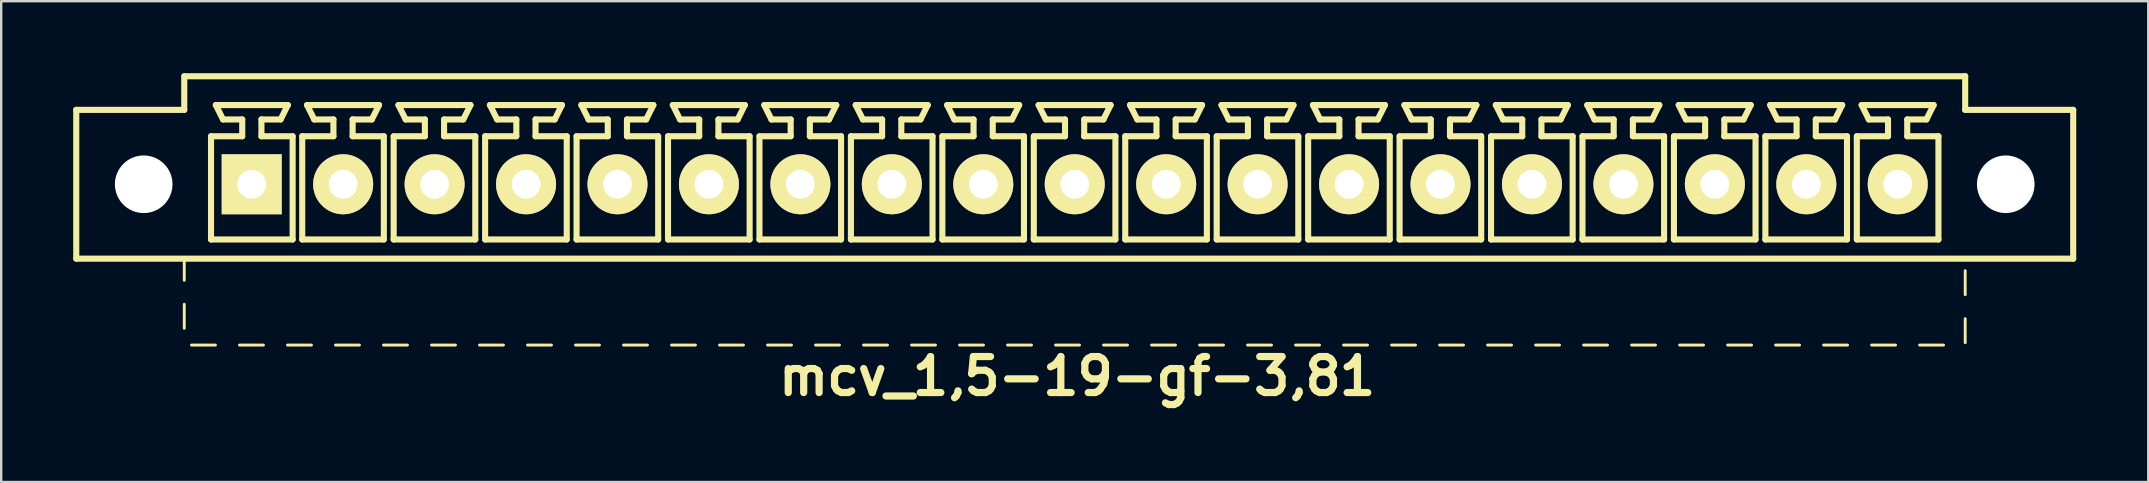
<source format=kicad_pcb>
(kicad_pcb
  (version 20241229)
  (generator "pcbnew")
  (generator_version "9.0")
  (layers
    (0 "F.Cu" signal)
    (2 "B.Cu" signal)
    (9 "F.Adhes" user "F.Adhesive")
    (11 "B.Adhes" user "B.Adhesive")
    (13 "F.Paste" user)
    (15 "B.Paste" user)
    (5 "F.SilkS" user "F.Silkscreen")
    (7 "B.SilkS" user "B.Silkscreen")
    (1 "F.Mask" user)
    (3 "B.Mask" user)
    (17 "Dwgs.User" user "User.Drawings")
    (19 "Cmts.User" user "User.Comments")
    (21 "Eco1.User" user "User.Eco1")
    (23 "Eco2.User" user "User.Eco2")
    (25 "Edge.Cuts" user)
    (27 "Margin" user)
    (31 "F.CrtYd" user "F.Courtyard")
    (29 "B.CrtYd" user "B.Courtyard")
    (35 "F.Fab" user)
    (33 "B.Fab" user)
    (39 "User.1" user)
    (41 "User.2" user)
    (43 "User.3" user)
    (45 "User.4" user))
  (footprint "mcv_1,5-19-gf-3,81"
    (layer "F.Cu")
    (at 41.727 4.627)
    (property "Reference" "mcv_1,5-19-gf-3,81" (at 0.1 8 0) (layer "F.SilkS") (effects (font (size 1.5 1.5) (thickness 0.3))))
    (attr through_hole)
    (fp_line (start -41.6 3.1) (end -41.6 -3.1) (stroke (width 0.254) (type solid)) (layer "F.SilkS"))
    (fp_line (start -41.6 3.1) (end 41.6 3.1) (stroke (width 0.254) (type solid)) (layer "F.SilkS"))
    (fp_line (start -37.1 -4.5) (end -37.1 -3.1) (stroke (width 0.254) (type solid)) (layer "F.SilkS"))
    (fp_line (start -37.1 -4.5) (end 37.1 -4.5) (stroke (width 0.254) (type solid)) (layer "F.SilkS"))
    (fp_line (start -37.1 -3.1) (end -41.6 -3.1) (stroke (width 0.254) (type solid)) (layer "F.SilkS"))
    (fp_line (start -37.1 3.1) (end -37.1 4) (stroke (width 0.12) (type solid)) (layer "F.SilkS"))
    (fp_line (start -37.1 5) (end -37.1 6) (stroke (width 0.12) (type solid)) (layer "F.SilkS"))
    (fp_line (start -36.8 6.7) (end -35.8 6.7) (stroke (width 0.12) (type solid)) (layer "F.SilkS"))
    (fp_line (start -35.985 -2) (end -34.685 -2) (stroke (width 0.254) (type solid)) (layer "F.SilkS"))
    (fp_line (start -35.985 2.3) (end -35.985 -2) (stroke (width 0.254) (type solid)) (layer "F.SilkS"))
    (fp_line (start -35.785 -3.3) (end -32.785 -3.3) (stroke (width 0.254) (type solid)) (layer "F.SilkS"))
    (fp_line (start -35.485 -2.7) (end -35.785 -3.3) (stroke (width 0.254) (type solid)) (layer "F.SilkS"))
    (fp_line (start -34.8 6.7) (end -33.8 6.7) (stroke (width 0.12) (type solid)) (layer "F.SilkS"))
    (fp_line (start -34.685 -2.7) (end -35.485 -2.7) (stroke (width 0.254) (type solid)) (layer "F.SilkS"))
    (fp_line (start -34.685 -2) (end -34.685 -2.7) (stroke (width 0.254) (type solid)) (layer "F.SilkS"))
    (fp_line (start -33.885 -2.7) (end -33.885 -2) (stroke (width 0.254) (type solid)) (layer "F.SilkS"))
    (fp_line (start -33.885 -2) (end -32.585 -2) (stroke (width 0.254) (type solid)) (layer "F.SilkS"))
    (fp_line (start -33.085 -2.7) (end -33.885 -2.7) (stroke (width 0.254) (type solid)) (layer "F.SilkS"))
    (fp_line (start -33.085 -2.7) (end -32.785 -3.3) (stroke (width 0.254) (type solid)) (layer "F.SilkS"))
    (fp_line (start -32.8 6.7) (end -31.8 6.7) (stroke (width 0.12) (type solid)) (layer "F.SilkS"))
    (fp_line (start -32.585 -2) (end -32.585 2.3) (stroke (width 0.254) (type solid)) (layer "F.SilkS"))
    (fp_line (start -32.585 2.3) (end -35.985 2.3) (stroke (width 0.254) (type solid)) (layer "F.SilkS"))
    (fp_line (start -32.185 -2) (end -30.885 -2) (stroke (width 0.254) (type solid)) (layer "F.SilkS"))
    (fp_line (start -32.185 2.3) (end -32.185 -2) (stroke (width 0.254) (type solid)) (layer "F.SilkS"))
    (fp_line (start -31.985 -3.3) (end -28.985 -3.3) (stroke (width 0.254) (type solid)) (layer "F.SilkS"))
    (fp_line (start -31.685 -2.7) (end -31.985 -3.3) (stroke (width 0.254) (type solid)) (layer "F.SilkS"))
    (fp_line (start -30.885 -2.7) (end -31.685 -2.7) (stroke (width 0.254) (type solid)) (layer "F.SilkS"))
    (fp_line (start -30.885 -2) (end -30.885 -2.7) (stroke (width 0.254) (type solid)) (layer "F.SilkS"))
    (fp_line (start -30.8 6.7) (end -29.8 6.7) (stroke (width 0.12) (type solid)) (layer "F.SilkS"))
    (fp_line (start -30.085 -2.7) (end -30.085 -2) (stroke (width 0.254) (type solid)) (layer "F.SilkS"))
    (fp_line (start -30.085 -2) (end -28.785 -2) (stroke (width 0.254) (type solid)) (layer "F.SilkS"))
    (fp_line (start -29.285 -2.7) (end -30.085 -2.7) (stroke (width 0.254) (type solid)) (layer "F.SilkS"))
    (fp_line (start -29.285 -2.7) (end -28.985 -3.3) (stroke (width 0.254) (type solid)) (layer "F.SilkS"))
    (fp_line (start -28.8 6.7) (end -27.8 6.7) (stroke (width 0.12) (type solid)) (layer "F.SilkS"))
    (fp_line (start -28.785 -2) (end -28.785 2.3) (stroke (width 0.254) (type solid)) (layer "F.SilkS"))
    (fp_line (start -28.785 2.3) (end -32.185 2.3) (stroke (width 0.254) (type solid)) (layer "F.SilkS"))
    (fp_line (start -28.375 -2) (end -27.075 -2) (stroke (width 0.254) (type solid)) (layer "F.SilkS"))
    (fp_line (start -28.375 2.3) (end -28.375 -2) (stroke (width 0.254) (type solid)) (layer "F.SilkS"))
    (fp_line (start -28.175 -3.3) (end -25.175 -3.3) (stroke (width 0.254) (type solid)) (layer "F.SilkS"))
    (fp_line (start -27.875 -2.7) (end -28.175 -3.3) (stroke (width 0.254) (type solid)) (layer "F.SilkS"))
    (fp_line (start -27.075 -2.7) (end -27.875 -2.7) (stroke (width 0.254) (type solid)) (layer "F.SilkS"))
    (fp_line (start -27.075 -2) (end -27.075 -2.7) (stroke (width 0.254) (type solid)) (layer "F.SilkS"))
    (fp_line (start -26.8 6.7) (end -25.8 6.7) (stroke (width 0.12) (type solid)) (layer "F.SilkS"))
    (fp_line (start -26.275 -2.7) (end -26.275 -2) (stroke (width 0.254) (type solid)) (layer "F.SilkS"))
    (fp_line (start -26.275 -2) (end -24.975 -2) (stroke (width 0.254) (type solid)) (layer "F.SilkS"))
    (fp_line (start -25.475 -2.7) (end -26.275 -2.7) (stroke (width 0.254) (type solid)) (layer "F.SilkS"))
    (fp_line (start -25.475 -2.7) (end -25.175 -3.3) (stroke (width 0.254) (type solid)) (layer "F.SilkS"))
    (fp_line (start -24.975 -2) (end -24.975 2.3) (stroke (width 0.254) (type solid)) (layer "F.SilkS"))
    (fp_line (start -24.975 2.3) (end -28.375 2.3) (stroke (width 0.254) (type solid)) (layer "F.SilkS"))
    (fp_line (start -24.8 6.7) (end -23.8 6.7) (stroke (width 0.12) (type solid)) (layer "F.SilkS"))
    (fp_line (start -24.565 -2) (end -23.265 -2) (stroke (width 0.254) (type solid)) (layer "F.SilkS"))
    (fp_line (start -24.565 2.3) (end -24.565 -2) (stroke (width 0.254) (type solid)) (layer "F.SilkS"))
    (fp_line (start -24.365 -3.3) (end -21.365 -3.3) (stroke (width 0.254) (type solid)) (layer "F.SilkS"))
    (fp_line (start -24.065 -2.7) (end -24.365 -3.3) (stroke (width 0.254) (type solid)) (layer "F.SilkS"))
    (fp_line (start -23.265 -2.7) (end -24.065 -2.7) (stroke (width 0.254) (type solid)) (layer "F.SilkS"))
    (fp_line (start -23.265 -2) (end -23.265 -2.7) (stroke (width 0.254) (type solid)) (layer "F.SilkS"))
    (fp_line (start -22.8 6.7) (end -21.8 6.7) (stroke (width 0.12) (type solid)) (layer "F.SilkS"))
    (fp_line (start -22.465 -2.7) (end -22.465 -2) (stroke (width 0.254) (type solid)) (layer "F.SilkS"))
    (fp_line (start -22.465 -2) (end -21.165 -2) (stroke (width 0.254) (type solid)) (layer "F.SilkS"))
    (fp_line (start -21.665 -2.7) (end -22.465 -2.7) (stroke (width 0.254) (type solid)) (layer "F.SilkS"))
    (fp_line (start -21.665 -2.7) (end -21.365 -3.3) (stroke (width 0.254) (type solid)) (layer "F.SilkS"))
    (fp_line (start -21.165 -2) (end -21.165 2.3) (stroke (width 0.254) (type solid)) (layer "F.SilkS"))
    (fp_line (start -21.165 2.3) (end -24.565 2.3) (stroke (width 0.254) (type solid)) (layer "F.SilkS"))
    (fp_line (start -20.8 6.7) (end -19.8 6.7) (stroke (width 0.12) (type solid)) (layer "F.SilkS"))
    (fp_line (start -20.755 -2) (end -19.455 -2) (stroke (width 0.254) (type solid)) (layer "F.SilkS"))
    (fp_line (start -20.755 2.3) (end -20.755 -2) (stroke (width 0.254) (type solid)) (layer "F.SilkS"))
    (fp_line (start -20.555 -3.3) (end -17.555 -3.3) (stroke (width 0.254) (type solid)) (layer "F.SilkS"))
    (fp_line (start -20.255 -2.7) (end -20.555 -3.3) (stroke (width 0.254) (type solid)) (layer "F.SilkS"))
    (fp_line (start -19.455 -2.7) (end -20.255 -2.7) (stroke (width 0.254) (type solid)) (layer "F.SilkS"))
    (fp_line (start -19.455 -2) (end -19.455 -2.7) (stroke (width 0.254) (type solid)) (layer "F.SilkS"))
    (fp_line (start -18.8 6.7) (end -17.8 6.7) (stroke (width 0.12) (type solid)) (layer "F.SilkS"))
    (fp_line (start -18.655 -2.7) (end -18.655 -2) (stroke (width 0.254) (type solid)) (layer "F.SilkS"))
    (fp_line (start -18.655 -2) (end -17.355 -2) (stroke (width 0.254) (type solid)) (layer "F.SilkS"))
    (fp_line (start -17.855 -2.7) (end -18.655 -2.7) (stroke (width 0.254) (type solid)) (layer "F.SilkS"))
    (fp_line (start -17.855 -2.7) (end -17.555 -3.3) (stroke (width 0.254) (type solid)) (layer "F.SilkS"))
    (fp_line (start -17.355 -2) (end -17.355 2.3) (stroke (width 0.254) (type solid)) (layer "F.SilkS"))
    (fp_line (start -17.355 2.3) (end -20.755 2.3) (stroke (width 0.254) (type solid)) (layer "F.SilkS"))
    (fp_line (start -16.945 -2) (end -15.645 -2) (stroke (width 0.254) (type solid)) (layer "F.SilkS"))
    (fp_line (start -16.945 2.3) (end -16.945 -2) (stroke (width 0.254) (type solid)) (layer "F.SilkS"))
    (fp_line (start -16.8 6.7) (end -15.8 6.7) (stroke (width 0.12) (type solid)) (layer "F.SilkS"))
    (fp_line (start -16.745 -3.3) (end -13.745 -3.3) (stroke (width 0.254) (type solid)) (layer "F.SilkS"))
    (fp_line (start -16.445 -2.7) (end -16.745 -3.3) (stroke (width 0.254) (type solid)) (layer "F.SilkS"))
    (fp_line (start -15.645 -2.7) (end -16.445 -2.7) (stroke (width 0.254) (type solid)) (layer "F.SilkS"))
    (fp_line (start -15.645 -2) (end -15.645 -2.7) (stroke (width 0.254) (type solid)) (layer "F.SilkS"))
    (fp_line (start -14.845 -2.7) (end -14.845 -2) (stroke (width 0.254) (type solid)) (layer "F.SilkS"))
    (fp_line (start -14.845 -2) (end -13.545 -2) (stroke (width 0.254) (type solid)) (layer "F.SilkS"))
    (fp_line (start -14.8 6.7) (end -13.8 6.7) (stroke (width 0.12) (type solid)) (layer "F.SilkS"))
    (fp_line (start -14.045 -2.7) (end -14.845 -2.7) (stroke (width 0.254) (type solid)) (layer "F.SilkS"))
    (fp_line (start -14.045 -2.7) (end -13.745 -3.3) (stroke (width 0.254) (type solid)) (layer "F.SilkS"))
    (fp_line (start -13.545 -2) (end -13.545 2.3) (stroke (width 0.254) (type solid)) (layer "F.SilkS"))
    (fp_line (start -13.545 2.3) (end -16.945 2.3) (stroke (width 0.254) (type solid)) (layer "F.SilkS"))
    (fp_line (start -13.135 -2) (end -11.835 -2) (stroke (width 0.254) (type solid)) (layer "F.SilkS"))
    (fp_line (start -13.135 2.3) (end -13.135 -2) (stroke (width 0.254) (type solid)) (layer "F.SilkS"))
    (fp_line (start -12.935 -3.3) (end -9.935 -3.3) (stroke (width 0.254) (type solid)) (layer "F.SilkS"))
    (fp_line (start -12.8 6.7) (end -11.8 6.7) (stroke (width 0.12) (type solid)) (layer "F.SilkS"))
    (fp_line (start -12.635 -2.7) (end -12.935 -3.3) (stroke (width 0.254) (type solid)) (layer "F.SilkS"))
    (fp_line (start -11.835 -2.7) (end -12.635 -2.7) (stroke (width 0.254) (type solid)) (layer "F.SilkS"))
    (fp_line (start -11.835 -2) (end -11.835 -2.7) (stroke (width 0.254) (type solid)) (layer "F.SilkS"))
    (fp_line (start -11.035 -2.7) (end -11.035 -2) (stroke (width 0.254) (type solid)) (layer "F.SilkS"))
    (fp_line (start -11.035 -2) (end -9.735 -2) (stroke (width 0.254) (type solid)) (layer "F.SilkS"))
    (fp_line (start -10.8 6.7) (end -9.8 6.7) (stroke (width 0.12) (type solid)) (layer "F.SilkS"))
    (fp_line (start -10.235 -2.7) (end -11.035 -2.7) (stroke (width 0.254) (type solid)) (layer "F.SilkS"))
    (fp_line (start -10.235 -2.7) (end -9.935 -3.3) (stroke (width 0.254) (type solid)) (layer "F.SilkS"))
    (fp_line (start -9.735 -2) (end -9.735 2.3) (stroke (width 0.254) (type solid)) (layer "F.SilkS"))
    (fp_line (start -9.735 2.3) (end -13.135 2.3) (stroke (width 0.254) (type solid)) (layer "F.SilkS"))
    (fp_line (start -9.325 -2) (end -8.025 -2) (stroke (width 0.254) (type solid)) (layer "F.SilkS"))
    (fp_line (start -9.325 2.3) (end -9.325 -2) (stroke (width 0.254) (type solid)) (layer "F.SilkS"))
    (fp_line (start -9.125 -3.3) (end -6.125 -3.3) (stroke (width 0.254) (type solid)) (layer "F.SilkS"))
    (fp_line (start -8.825 -2.7) (end -9.125 -3.3) (stroke (width 0.254) (type solid)) (layer "F.SilkS"))
    (fp_line (start -8.8 6.7) (end -7.8 6.7) (stroke (width 0.12) (type solid)) (layer "F.SilkS"))
    (fp_line (start -8.025 -2.7) (end -8.825 -2.7) (stroke (width 0.254) (type solid)) (layer "F.SilkS"))
    (fp_line (start -8.025 -2) (end -8.025 -2.7) (stroke (width 0.254) (type solid)) (layer "F.SilkS"))
    (fp_line (start -7.225 -2.7) (end -7.225 -2) (stroke (width 0.254) (type solid)) (layer "F.SilkS"))
    (fp_line (start -7.225 -2) (end -5.925 -2) (stroke (width 0.254) (type solid)) (layer "F.SilkS"))
    (fp_line (start -6.8 6.7) (end -5.8 6.7) (stroke (width 0.12) (type solid)) (layer "F.SilkS"))
    (fp_line (start -6.425 -2.7) (end -7.225 -2.7) (stroke (width 0.254) (type solid)) (layer "F.SilkS"))
    (fp_line (start -6.425 -2.7) (end -6.125 -3.3) (stroke (width 0.254) (type solid)) (layer "F.SilkS"))
    (fp_line (start -5.925 -2) (end -5.925 2.3) (stroke (width 0.254) (type solid)) (layer "F.SilkS"))
    (fp_line (start -5.925 2.3) (end -9.325 2.3) (stroke (width 0.254) (type solid)) (layer "F.SilkS"))
    (fp_line (start -5.515 -2) (end -4.215 -2) (stroke (width 0.254) (type solid)) (layer "F.SilkS"))
    (fp_line (start -5.515 2.3) (end -5.515 -2) (stroke (width 0.254) (type solid)) (layer "F.SilkS"))
    (fp_line (start -5.315 -3.3) (end -2.315 -3.3) (stroke (width 0.254) (type solid)) (layer "F.SilkS"))
    (fp_line (start -5.015 -2.7) (end -5.315 -3.3) (stroke (width 0.254) (type solid)) (layer "F.SilkS"))
    (fp_line (start -4.8 6.7) (end -3.8 6.7) (stroke (width 0.12) (type solid)) (layer "F.SilkS"))
    (fp_line (start -4.215 -2.7) (end -5.015 -2.7) (stroke (width 0.254) (type solid)) (layer "F.SilkS"))
    (fp_line (start -4.215 -2) (end -4.215 -2.7) (stroke (width 0.254) (type solid)) (layer "F.SilkS"))
    (fp_line (start -3.415 -2.7) (end -3.415 -2) (stroke (width 0.254) (type solid)) (layer "F.SilkS"))
    (fp_line (start -3.415 -2) (end -2.115 -2) (stroke (width 0.254) (type solid)) (layer "F.SilkS"))
    (fp_line (start -2.8 6.7) (end -1.8 6.7) (stroke (width 0.12) (type solid)) (layer "F.SilkS"))
    (fp_line (start -2.615 -2.7) (end -3.415 -2.7) (stroke (width 0.254) (type solid)) (layer "F.SilkS"))
    (fp_line (start -2.615 -2.7) (end -2.315 -3.3) (stroke (width 0.254) (type solid)) (layer "F.SilkS"))
    (fp_line (start -2.115 -2) (end -2.115 2.3) (stroke (width 0.254) (type solid)) (layer "F.SilkS"))
    (fp_line (start -2.115 2.3) (end -5.515 2.3) (stroke (width 0.254) (type solid)) (layer "F.SilkS"))
    (fp_line (start -1.705 -2) (end -0.405 -2) (stroke (width 0.254) (type solid)) (layer "F.SilkS"))
    (fp_line (start -1.705 2.3) (end -1.705 -2) (stroke (width 0.254) (type solid)) (layer "F.SilkS"))
    (fp_line (start -1.505 -3.3) (end 1.495 -3.3) (stroke (width 0.254) (type solid)) (layer "F.SilkS"))
    (fp_line (start -1.205 -2.7) (end -1.505 -3.3) (stroke (width 0.254) (type solid)) (layer "F.SilkS"))
    (fp_line (start -0.8 6.7) (end 0.2 6.7) (stroke (width 0.12) (type solid)) (layer "F.SilkS"))
    (fp_line (start -0.405 -2.7) (end -1.205 -2.7) (stroke (width 0.254) (type solid)) (layer "F.SilkS"))
    (fp_line (start -0.405 -2) (end -0.405 -2.7) (stroke (width 0.254) (type solid)) (layer "F.SilkS"))
    (fp_line (start 0.395 -2.7) (end 0.395 -2) (stroke (width 0.254) (type solid)) (layer "F.SilkS"))
    (fp_line (start 0.395 -2) (end 1.695 -2) (stroke (width 0.254) (type solid)) (layer "F.SilkS"))
    (fp_line (start 1.195 -2.7) (end 0.395 -2.7) (stroke (width 0.254) (type solid)) (layer "F.SilkS"))
    (fp_line (start 1.195 -2.7) (end 1.495 -3.3) (stroke (width 0.254) (type solid)) (layer "F.SilkS"))
    (fp_line (start 1.2 6.7) (end 2.2 6.7) (stroke (width 0.12) (type solid)) (layer "F.SilkS"))
    (fp_line (start 1.695 -2) (end 1.695 2.3) (stroke (width 0.254) (type solid)) (layer "F.SilkS"))
    (fp_line (start 1.695 2.3) (end -1.705 2.3) (stroke (width 0.254) (type solid)) (layer "F.SilkS"))
    (fp_line (start 2.105 -2) (end 3.405 -2) (stroke (width 0.254) (type solid)) (layer "F.SilkS"))
    (fp_line (start 2.105 2.3) (end 2.105 -2) (stroke (width 0.254) (type solid)) (layer "F.SilkS"))
    (fp_line (start 2.305 -3.3) (end 5.305 -3.3) (stroke (width 0.254) (type solid)) (layer "F.SilkS"))
    (fp_line (start 2.605 -2.7) (end 2.305 -3.3) (stroke (width 0.254) (type solid)) (layer "F.SilkS"))
    (fp_line (start 3.2 6.7) (end 4.2 6.7) (stroke (width 0.12) (type solid)) (layer "F.SilkS"))
    (fp_line (start 3.405 -2.7) (end 2.605 -2.7) (stroke (width 0.254) (type solid)) (layer "F.SilkS"))
    (fp_line (start 3.405 -2) (end 3.405 -2.7) (stroke (width 0.254) (type solid)) (layer "F.SilkS"))
    (fp_line (start 4.205 -2.7) (end 4.205 -2) (stroke (width 0.254) (type solid)) (layer "F.SilkS"))
    (fp_line (start 4.205 -2) (end 5.505 -2) (stroke (width 0.254) (type solid)) (layer "F.SilkS"))
    (fp_line (start 5.005 -2.7) (end 4.205 -2.7) (stroke (width 0.254) (type solid)) (layer "F.SilkS"))
    (fp_line (start 5.005 -2.7) (end 5.305 -3.3) (stroke (width 0.254) (type solid)) (layer "F.SilkS"))
    (fp_line (start 5.2 6.7) (end 6.2 6.7) (stroke (width 0.12) (type solid)) (layer "F.SilkS"))
    (fp_line (start 5.505 -2) (end 5.505 2.3) (stroke (width 0.254) (type solid)) (layer "F.SilkS"))
    (fp_line (start 5.505 2.3) (end 2.105 2.3) (stroke (width 0.254) (type solid)) (layer "F.SilkS"))
    (fp_line (start 5.915 -2) (end 7.215 -2) (stroke (width 0.254) (type solid)) (layer "F.SilkS"))
    (fp_line (start 5.915 2.3) (end 5.915 -2) (stroke (width 0.254) (type solid)) (layer "F.SilkS"))
    (fp_line (start 6.115 -3.3) (end 9.115 -3.3) (stroke (width 0.254) (type solid)) (layer "F.SilkS"))
    (fp_line (start 6.415 -2.7) (end 6.115 -3.3) (stroke (width 0.254) (type solid)) (layer "F.SilkS"))
    (fp_line (start 7.2 6.7) (end 8.2 6.7) (stroke (width 0.12) (type solid)) (layer "F.SilkS"))
    (fp_line (start 7.215 -2.7) (end 6.415 -2.7) (stroke (width 0.254) (type solid)) (layer "F.SilkS"))
    (fp_line (start 7.215 -2) (end 7.215 -2.7) (stroke (width 0.254) (type solid)) (layer "F.SilkS"))
    (fp_line (start 8.015 -2.7) (end 8.015 -2) (stroke (width 0.254) (type solid)) (layer "F.SilkS"))
    (fp_line (start 8.015 -2) (end 9.315 -2) (stroke (width 0.254) (type solid)) (layer "F.SilkS"))
    (fp_line (start 8.815 -2.7) (end 8.015 -2.7) (stroke (width 0.254) (type solid)) (layer "F.SilkS"))
    (fp_line (start 8.815 -2.7) (end 9.115 -3.3) (stroke (width 0.254) (type solid)) (layer "F.SilkS"))
    (fp_line (start 9.2 6.7) (end 10.2 6.7) (stroke (width 0.12) (type solid)) (layer "F.SilkS"))
    (fp_line (start 9.315 -2) (end 9.315 2.3) (stroke (width 0.254) (type solid)) (layer "F.SilkS"))
    (fp_line (start 9.315 2.3) (end 5.915 2.3) (stroke (width 0.254) (type solid)) (layer "F.SilkS"))
    (fp_line (start 9.725 -2) (end 11.025 -2) (stroke (width 0.254) (type solid)) (layer "F.SilkS"))
    (fp_line (start 9.725 2.3) (end 9.725 -2) (stroke (width 0.254) (type solid)) (layer "F.SilkS"))
    (fp_line (start 9.925 -3.3) (end 12.925 -3.3) (stroke (width 0.254) (type solid)) (layer "F.SilkS"))
    (fp_line (start 10.225 -2.7) (end 9.925 -3.3) (stroke (width 0.254) (type solid)) (layer "F.SilkS"))
    (fp_line (start 11.025 -2.7) (end 10.225 -2.7) (stroke (width 0.254) (type solid)) (layer "F.SilkS"))
    (fp_line (start 11.025 -2) (end 11.025 -2.7) (stroke (width 0.254) (type solid)) (layer "F.SilkS"))
    (fp_line (start 11.2 6.7) (end 12.2 6.7) (stroke (width 0.12) (type solid)) (layer "F.SilkS"))
    (fp_line (start 11.825 -2.7) (end 11.825 -2) (stroke (width 0.254) (type solid)) (layer "F.SilkS"))
    (fp_line (start 11.825 -2) (end 13.125 -2) (stroke (width 0.254) (type solid)) (layer "F.SilkS"))
    (fp_line (start 12.625 -2.7) (end 11.825 -2.7) (stroke (width 0.254) (type solid)) (layer "F.SilkS"))
    (fp_line (start 12.625 -2.7) (end 12.925 -3.3) (stroke (width 0.254) (type solid)) (layer "F.SilkS"))
    (fp_line (start 13.125 -2) (end 13.125 2.3) (stroke (width 0.254) (type solid)) (layer "F.SilkS"))
    (fp_line (start 13.125 2.3) (end 9.725 2.3) (stroke (width 0.254) (type solid)) (layer "F.SilkS"))
    (fp_line (start 13.2 6.7) (end 14.2 6.7) (stroke (width 0.12) (type solid)) (layer "F.SilkS"))
    (fp_line (start 13.535 -2) (end 14.835 -2) (stroke (width 0.254) (type solid)) (layer "F.SilkS"))
    (fp_line (start 13.535 2.3) (end 13.535 -2) (stroke (width 0.254) (type solid)) (layer "F.SilkS"))
    (fp_line (start 13.735 -3.3) (end 16.735 -3.3) (stroke (width 0.254) (type solid)) (layer "F.SilkS"))
    (fp_line (start 14.035 -2.7) (end 13.735 -3.3) (stroke (width 0.254) (type solid)) (layer "F.SilkS"))
    (fp_line (start 14.835 -2.7) (end 14.035 -2.7) (stroke (width 0.254) (type solid)) (layer "F.SilkS"))
    (fp_line (start 14.835 -2) (end 14.835 -2.7) (stroke (width 0.254) (type solid)) (layer "F.SilkS"))
    (fp_line (start 15.2 6.7) (end 16.2 6.7) (stroke (width 0.12) (type solid)) (layer "F.SilkS"))
    (fp_line (start 15.635 -2.7) (end 15.635 -2) (stroke (width 0.254) (type solid)) (layer "F.SilkS"))
    (fp_line (start 15.635 -2) (end 16.935 -2) (stroke (width 0.254) (type solid)) (layer "F.SilkS"))
    (fp_line (start 16.435 -2.7) (end 15.635 -2.7) (stroke (width 0.254) (type solid)) (layer "F.SilkS"))
    (fp_line (start 16.435 -2.7) (end 16.735 -3.3) (stroke (width 0.254) (type solid)) (layer "F.SilkS"))
    (fp_line (start 16.935 -2) (end 16.935 2.3) (stroke (width 0.254) (type solid)) (layer "F.SilkS"))
    (fp_line (start 16.935 2.3) (end 13.535 2.3) (stroke (width 0.254) (type solid)) (layer "F.SilkS"))
    (fp_line (start 17.2 6.7) (end 18.2 6.7) (stroke (width 0.12) (type solid)) (layer "F.SilkS"))
    (fp_line (start 17.345 -2) (end 18.645 -2) (stroke (width 0.254) (type solid)) (layer "F.SilkS"))
    (fp_line (start 17.345 2.3) (end 17.345 -2) (stroke (width 0.254) (type solid)) (layer "F.SilkS"))
    (fp_line (start 17.545 -3.3) (end 20.545 -3.3) (stroke (width 0.254) (type solid)) (layer "F.SilkS"))
    (fp_line (start 17.845 -2.7) (end 17.545 -3.3) (stroke (width 0.254) (type solid)) (layer "F.SilkS"))
    (fp_line (start 18.645 -2.7) (end 17.845 -2.7) (stroke (width 0.254) (type solid)) (layer "F.SilkS"))
    (fp_line (start 18.645 -2) (end 18.645 -2.7) (stroke (width 0.254) (type solid)) (layer "F.SilkS"))
    (fp_line (start 19.2 6.7) (end 20.2 6.7) (stroke (width 0.12) (type solid)) (layer "F.SilkS"))
    (fp_line (start 19.445 -2.7) (end 19.445 -2) (stroke (width 0.254) (type solid)) (layer "F.SilkS"))
    (fp_line (start 19.445 -2) (end 20.745 -2) (stroke (width 0.254) (type solid)) (layer "F.SilkS"))
    (fp_line (start 20.245 -2.7) (end 19.445 -2.7) (stroke (width 0.254) (type solid)) (layer "F.SilkS"))
    (fp_line (start 20.245 -2.7) (end 20.545 -3.3) (stroke (width 0.254) (type solid)) (layer "F.SilkS"))
    (fp_line (start 20.745 -2) (end 20.745 2.3) (stroke (width 0.254) (type solid)) (layer "F.SilkS"))
    (fp_line (start 20.745 2.3) (end 17.345 2.3) (stroke (width 0.254) (type solid)) (layer "F.SilkS"))
    (fp_line (start 21.155 -2) (end 22.455 -2) (stroke (width 0.254) (type solid)) (layer "F.SilkS"))
    (fp_line (start 21.155 2.3) (end 21.155 -2) (stroke (width 0.254) (type solid)) (layer "F.SilkS"))
    (fp_line (start 21.2 6.7) (end 22.2 6.7) (stroke (width 0.12) (type solid)) (layer "F.SilkS"))
    (fp_line (start 21.355 -3.3) (end 24.355 -3.3) (stroke (width 0.254) (type solid)) (layer "F.SilkS"))
    (fp_line (start 21.655 -2.7) (end 21.355 -3.3) (stroke (width 0.254) (type solid)) (layer "F.SilkS"))
    (fp_line (start 22.455 -2.7) (end 21.655 -2.7) (stroke (width 0.254) (type solid)) (layer "F.SilkS"))
    (fp_line (start 22.455 -2) (end 22.455 -2.7) (stroke (width 0.254) (type solid)) (layer "F.SilkS"))
    (fp_line (start 23.2 6.7) (end 24.2 6.7) (stroke (width 0.12) (type solid)) (layer "F.SilkS"))
    (fp_line (start 23.255 -2.7) (end 23.255 -2) (stroke (width 0.254) (type solid)) (layer "F.SilkS"))
    (fp_line (start 23.255 -2) (end 24.555 -2) (stroke (width 0.254) (type solid)) (layer "F.SilkS"))
    (fp_line (start 24.055 -2.7) (end 23.255 -2.7) (stroke (width 0.254) (type solid)) (layer "F.SilkS"))
    (fp_line (start 24.055 -2.7) (end 24.355 -3.3) (stroke (width 0.254) (type solid)) (layer "F.SilkS"))
    (fp_line (start 24.555 -2) (end 24.555 2.3) (stroke (width 0.254) (type solid)) (layer "F.SilkS"))
    (fp_line (start 24.555 2.3) (end 21.155 2.3) (stroke (width 0.254) (type solid)) (layer "F.SilkS"))
    (fp_line (start 24.965 -2) (end 26.265 -2) (stroke (width 0.254) (type solid)) (layer "F.SilkS"))
    (fp_line (start 24.965 2.3) (end 24.965 -2) (stroke (width 0.254) (type solid)) (layer "F.SilkS"))
    (fp_line (start 25.165 -3.3) (end 28.165 -3.3) (stroke (width 0.254) (type solid)) (layer "F.SilkS"))
    (fp_line (start 25.2 6.7) (end 26.2 6.7) (stroke (width 0.12) (type solid)) (layer "F.SilkS"))
    (fp_line (start 25.465 -2.7) (end 25.165 -3.3) (stroke (width 0.254) (type solid)) (layer "F.SilkS"))
    (fp_line (start 26.265 -2.7) (end 25.465 -2.7) (stroke (width 0.254) (type solid)) (layer "F.SilkS"))
    (fp_line (start 26.265 -2) (end 26.265 -2.7) (stroke (width 0.254) (type solid)) (layer "F.SilkS"))
    (fp_line (start 27.065 -2.7) (end 27.065 -2) (stroke (width 0.254) (type solid)) (layer "F.SilkS"))
    (fp_line (start 27.065 -2) (end 28.365 -2) (stroke (width 0.254) (type solid)) (layer "F.SilkS"))
    (fp_line (start 27.2 6.7) (end 28.2 6.7) (stroke (width 0.12) (type solid)) (layer "F.SilkS"))
    (fp_line (start 27.865 -2.7) (end 27.065 -2.7) (stroke (width 0.254) (type solid)) (layer "F.SilkS"))
    (fp_line (start 27.865 -2.7) (end 28.165 -3.3) (stroke (width 0.254) (type solid)) (layer "F.SilkS"))
    (fp_line (start 28.365 -2) (end 28.365 2.3) (stroke (width 0.254) (type solid)) (layer "F.SilkS"))
    (fp_line (start 28.365 2.3) (end 24.965 2.3) (stroke (width 0.254) (type solid)) (layer "F.SilkS"))
    (fp_line (start 28.775 -2) (end 30.075 -2) (stroke (width 0.254) (type solid)) (layer "F.SilkS"))
    (fp_line (start 28.775 2.3) (end 28.775 -2) (stroke (width 0.254) (type solid)) (layer "F.SilkS"))
    (fp_line (start 28.975 -3.3) (end 31.975 -3.3) (stroke (width 0.254) (type solid)) (layer "F.SilkS"))
    (fp_line (start 29.2 6.7) (end 30.2 6.7) (stroke (width 0.12) (type solid)) (layer "F.SilkS"))
    (fp_line (start 29.275 -2.7) (end 28.975 -3.3) (stroke (width 0.254) (type solid)) (layer "F.SilkS"))
    (fp_line (start 30.075 -2.7) (end 29.275 -2.7) (stroke (width 0.254) (type solid)) (layer "F.SilkS"))
    (fp_line (start 30.075 -2) (end 30.075 -2.7) (stroke (width 0.254) (type solid)) (layer "F.SilkS"))
    (fp_line (start 30.875 -2.7) (end 30.875 -2) (stroke (width 0.254) (type solid)) (layer "F.SilkS"))
    (fp_line (start 30.875 -2) (end 32.175 -2) (stroke (width 0.254) (type solid)) (layer "F.SilkS"))
    (fp_line (start 31.2 6.7) (end 32.2 6.7) (stroke (width 0.12) (type solid)) (layer "F.SilkS"))
    (fp_line (start 31.675 -2.7) (end 30.875 -2.7) (stroke (width 0.254) (type solid)) (layer "F.SilkS"))
    (fp_line (start 31.675 -2.7) (end 31.975 -3.3) (stroke (width 0.254) (type solid)) (layer "F.SilkS"))
    (fp_line (start 32.175 -2) (end 32.175 2.3) (stroke (width 0.254) (type solid)) (layer "F.SilkS"))
    (fp_line (start 32.175 2.3) (end 28.775 2.3) (stroke (width 0.254) (type solid)) (layer "F.SilkS"))
    (fp_line (start 32.585 -2) (end 33.885 -2) (stroke (width 0.254) (type solid)) (layer "F.SilkS"))
    (fp_line (start 32.585 2.3) (end 32.585 -2) (stroke (width 0.254) (type solid)) (layer "F.SilkS"))
    (fp_line (start 32.785 -3.3) (end 35.785 -3.3) (stroke (width 0.254) (type solid)) (layer "F.SilkS"))
    (fp_line (start 33.085 -2.7) (end 32.785 -3.3) (stroke (width 0.254) (type solid)) (layer "F.SilkS"))
    (fp_line (start 33.2 6.7) (end 34.2 6.7) (stroke (width 0.12) (type solid)) (layer "F.SilkS"))
    (fp_line (start 33.885 -2.7) (end 33.085 -2.7) (stroke (width 0.254) (type solid)) (layer "F.SilkS"))
    (fp_line (start 33.885 -2) (end 33.885 -2.7) (stroke (width 0.254) (type solid)) (layer "F.SilkS"))
    (fp_line (start 34.685 -2.7) (end 34.685 -2) (stroke (width 0.254) (type solid)) (layer "F.SilkS"))
    (fp_line (start 34.685 -2) (end 35.985 -2) (stroke (width 0.254) (type solid)) (layer "F.SilkS"))
    (fp_line (start 35.2 6.7) (end 36.2 6.7) (stroke (width 0.12) (type solid)) (layer "F.SilkS"))
    (fp_line (start 35.485 -2.7) (end 34.685 -2.7) (stroke (width 0.254) (type solid)) (layer "F.SilkS"))
    (fp_line (start 35.485 -2.7) (end 35.785 -3.3) (stroke (width 0.254) (type solid)) (layer "F.SilkS"))
    (fp_line (start 35.985 -2) (end 35.985 2.3) (stroke (width 0.254) (type solid)) (layer "F.SilkS"))
    (fp_line (start 35.985 2.3) (end 32.585 2.3) (stroke (width 0.254) (type solid)) (layer "F.SilkS"))
    (fp_line (start 37.1 -4.5) (end 37.1 -3.1) (stroke (width 0.254) (type solid)) (layer "F.SilkS"))
    (fp_line (start 37.1 4.6) (end 37.1 3.6) (stroke (width 0.12) (type solid)) (layer "F.SilkS"))
    (fp_line (start 37.1 6.6) (end 37.1 5.6) (stroke (width 0.12) (type solid)) (layer "F.SilkS"))
    (fp_line (start 41.6 -3.1) (end 37.1 -3.1) (stroke (width 0.254) (type solid)) (layer "F.SilkS"))
    (fp_line (start 41.6 3.1) (end 41.6 -3.1) (stroke (width 0.254) (type solid)) (layer "F.SilkS"))
    (pad "" np_thru_hole circle (at -38.79 0) (size 2.4 2.4) (drill 2.4) (layers "*.Cu" "*.Mask"))
    (pad "" np_thru_hole circle (at 38.79 0) (size 2.4 2.4) (drill 2.4) (layers "*.Cu" "*.Mask"))
    (pad "1" thru_hole rect (at -34.29 0) (size 2.5 2.5) (drill 1.2) (layers "*.Cu" "*.Mask" "F.SilkS"))
    (pad "2" thru_hole circle (at -30.48 0) (size 2.5 2.5) (drill 1.2) (layers "*.Cu" "*.Mask" "F.SilkS"))
    (pad "3.1" thru_hole circle (at -26.67 0) (size 2.5 2.5) (drill 1.2) (layers "*.Cu" "*.Mask" "F.SilkS"))
    (pad "4" thru_hole circle (at -22.86 0) (size 2.5 2.5) (drill 1.2) (layers "*.Cu" "*.Mask" "F.SilkS"))
    (pad "5" thru_hole circle (at -19.05 0) (size 2.5 2.5) (drill 1.2) (layers "*.Cu" "*.Mask" "F.SilkS"))
    (pad "6" thru_hole circle (at -15.24 0) (size 2.5 2.5) (drill 1.2) (layers "*.Cu" "*.Mask" "F.SilkS"))
    (pad "7" thru_hole circle (at -11.43 0) (size 2.5 2.5) (drill 1.2) (layers "*.Cu" "*.Mask" "F.SilkS"))
    (pad "8" thru_hole circle (at -7.62 0) (size 2.5 2.5) (drill 1.2) (layers "*.Cu" "*.Mask" "F.SilkS"))
    (pad "9" thru_hole circle (at -3.81 0) (size 2.5 2.5) (drill 1.2) (layers "*.Cu" "*.Mask" "F.SilkS"))
    (pad "10" thru_hole circle (at 0 0) (size 2.5 2.5) (drill 1.2) (layers "*.Cu" "*.Mask" "F.SilkS"))
    (pad "11" thru_hole circle (at 3.81 0) (size 2.5 2.5) (drill 1.2) (layers "*.Cu" "*.Mask" "F.SilkS"))
    (pad "12" thru_hole circle (at 7.62 0) (size 2.5 2.5) (drill 1.2) (layers "*.Cu" "*.Mask" "F.SilkS"))
    (pad "13" thru_hole circle (at 11.43 0) (size 2.5 2.5) (drill 1.2) (layers "*.Cu" "*.Mask" "F.SilkS"))
    (pad "14" thru_hole circle (at 15.24 0) (size 2.5 2.5) (drill 1.2) (layers "*.Cu" "*.Mask" "F.SilkS"))
    (pad "15" thru_hole circle (at 19.05 0) (size 2.5 2.5) (drill 1.2) (layers "*.Cu" "*.Mask" "F.SilkS"))
    (pad "16" thru_hole circle (at 22.86 0) (size 2.5 2.5) (drill 1.2) (layers "*.Cu" "*.Mask" "F.SilkS"))
    (pad "17" thru_hole circle (at 26.67 0) (size 2.5 2.5) (drill 1.2) (layers "*.Cu" "*.Mask" "F.SilkS"))
    (pad "18" thru_hole circle (at 30.48 0) (size 2.5 2.5) (drill 1.2) (layers "*.Cu" "*.Mask" "F.SilkS"))
    (pad "19" thru_hole circle (at 34.29 0) (size 2.5 2.5) (drill 1.2) (layers "*.Cu" "*.Mask" "F.SilkS")))
  (gr_rect
    (start -3 -3)
    (end 86.454 17.031)
    (stroke (width 0.1) (type default))
    (fill no)
    (layer "Edge.Cuts")))
</source>
